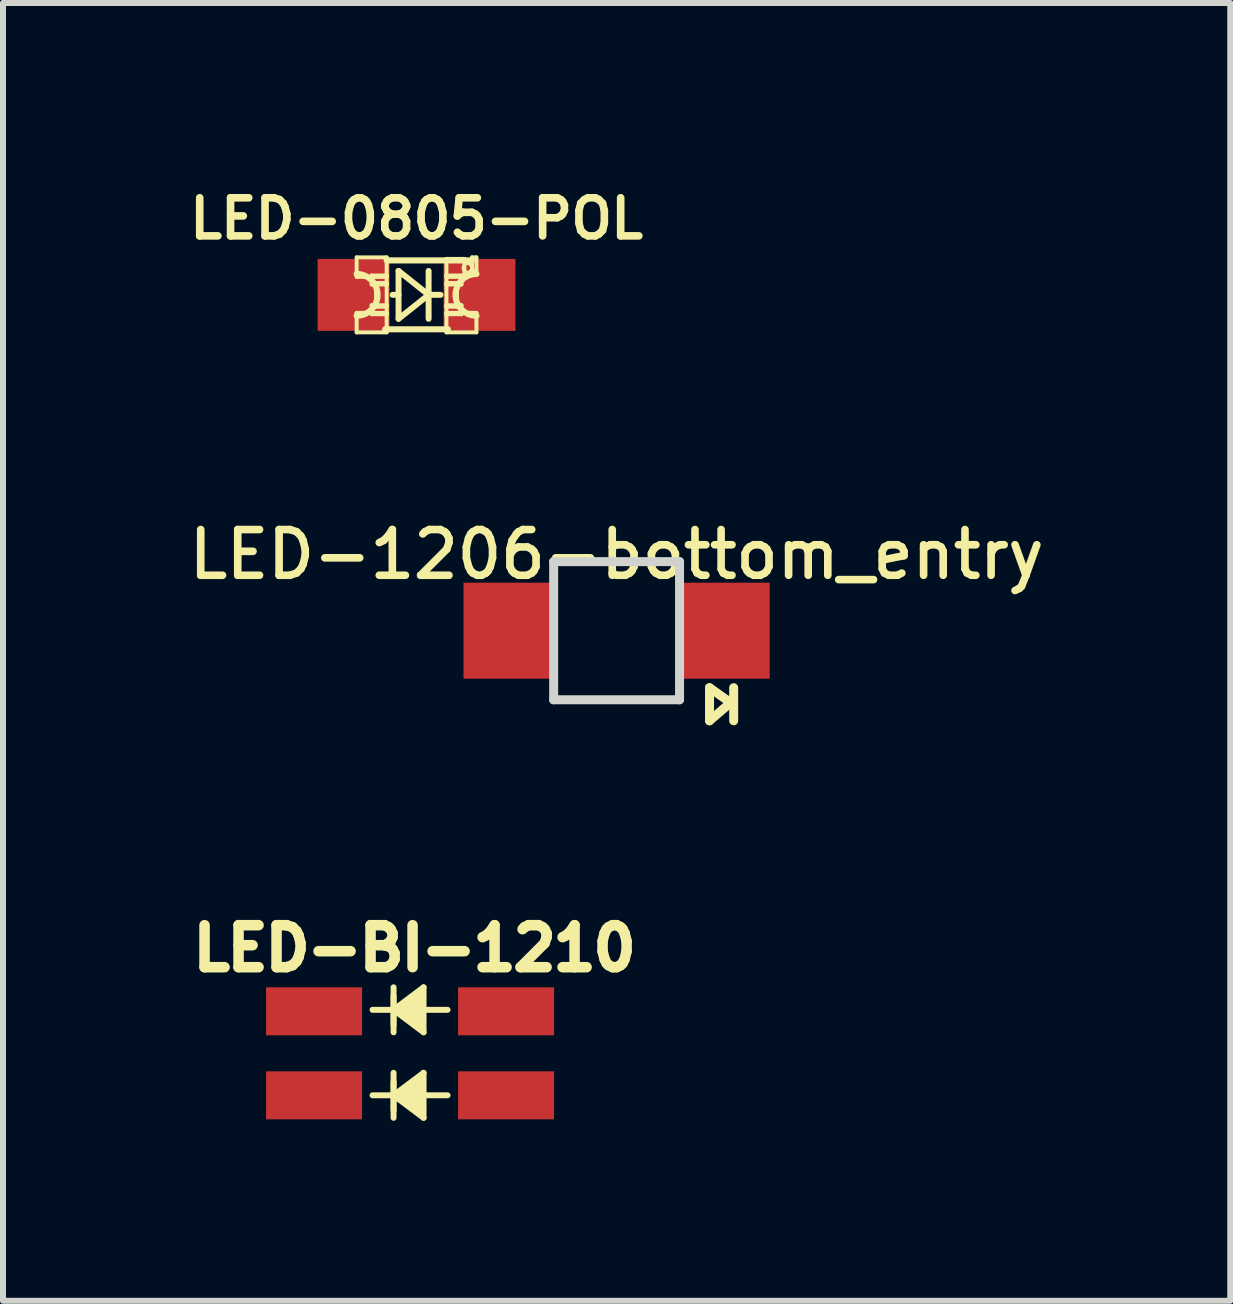
<source format=kicad_pcb>
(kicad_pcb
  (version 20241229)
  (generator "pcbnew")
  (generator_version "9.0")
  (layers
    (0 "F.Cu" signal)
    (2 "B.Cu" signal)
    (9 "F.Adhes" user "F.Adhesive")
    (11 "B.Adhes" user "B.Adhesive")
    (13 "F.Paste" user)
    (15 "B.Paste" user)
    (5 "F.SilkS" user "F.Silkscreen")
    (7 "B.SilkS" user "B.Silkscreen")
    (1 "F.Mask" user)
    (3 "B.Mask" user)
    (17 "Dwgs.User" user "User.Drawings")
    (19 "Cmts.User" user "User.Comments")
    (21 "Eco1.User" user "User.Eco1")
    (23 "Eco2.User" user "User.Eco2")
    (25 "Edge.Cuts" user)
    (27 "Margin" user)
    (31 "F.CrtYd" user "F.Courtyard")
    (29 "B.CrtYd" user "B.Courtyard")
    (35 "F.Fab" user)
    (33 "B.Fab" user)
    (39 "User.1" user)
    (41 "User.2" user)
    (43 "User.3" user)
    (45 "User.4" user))
  (footprint "LED-1206-bottom_entry"
    (layer "F.Cu")
    (at 7.226 7.461)
    (property "Reference" "LED-1206-bottom_entry" (at 0 -1.27 0) (layer "F.SilkS") (effects (font (size 0.762 0.762) (thickness 0.127))))
    (attr smd)
    (fp_line (start 1.549 0.95) (end 1.549 1.501) (stroke (width 0.15) (type solid)) (layer "F.SilkS"))
    (fp_line (start 1.549 1.501) (end 1.9 1.199) (stroke (width 0.15) (type solid)) (layer "F.SilkS"))
    (fp_line (start 1.9 1.199) (end 1.549 0.95) (stroke (width 0.15) (type solid)) (layer "F.SilkS"))
    (fp_line (start 1.951 1.501) (end 1.951 0.95) (stroke (width 0.15) (type solid)) (layer "F.SilkS"))
    (fp_line (start -1.049 -1.151) (end 1.049 -1.151) (stroke (width 0.15) (type solid)) (layer "Edge.Cuts"))
    (fp_line (start -1.049 1.151) (end -1.049 -1.151) (stroke (width 0.15) (type solid)) (layer "Edge.Cuts"))
    (fp_line (start 1.049 -1.151) (end 1.049 1.151) (stroke (width 0.15) (type solid)) (layer "Edge.Cuts"))
    (fp_line (start 1.049 1.151) (end -1.049 1.151) (stroke (width 0.15) (type solid)) (layer "Edge.Cuts"))
    (pad "1" smd rect (at -1.801 0) (size 1.501 1.6) (layers "F.Cu" "F.Mask" "F.Paste"))
    (pad "2" smd rect (at 1.801 0) (size 1.501 1.6) (layers "F.Cu" "F.Mask" "F.Paste")))
  (footprint "LED-0805-POL"
    (layer "F.Cu")
    (at 3.892 1.864)
    (property "Reference" "LED-0805-POL" (at 0 -1.27 0) (layer "F.SilkS") (effects (font (size 0.635 0.635) (thickness 0.127))))
    (attr smd)
    (fp_line (start -0.998 -0.625) (end -0.998 -0.3) (stroke (width 0.066) (type solid)) (layer "F.SilkS"))
    (fp_line (start -0.998 -0.625) (end -0.498 -0.625) (stroke (width 0.066) (type solid)) (layer "F.SilkS"))
    (fp_line (start -0.998 -0.3) (end -0.498 -0.3) (stroke (width 0.066) (type solid)) (layer "F.SilkS"))
    (fp_line (start -0.998 0.3) (end -0.998 0.625) (stroke (width 0.066) (type solid)) (layer "F.SilkS"))
    (fp_line (start -0.998 0.3) (end -0.498 0.3) (stroke (width 0.066) (type solid)) (layer "F.SilkS"))
    (fp_line (start -0.998 0.625) (end -0.498 0.625) (stroke (width 0.066) (type solid)) (layer "F.SilkS"))
    (fp_line (start -0.749 -0.323) (end -0.749 -0.173) (stroke (width 0.066) (type solid)) (layer "F.SilkS"))
    (fp_line (start -0.749 -0.323) (end -0.498 -0.323) (stroke (width 0.066) (type solid)) (layer "F.SilkS"))
    (fp_line (start -0.749 -0.173) (end -0.498 -0.173) (stroke (width 0.066) (type solid)) (layer "F.SilkS"))
    (fp_line (start -0.749 0.173) (end -0.749 0.323) (stroke (width 0.066) (type solid)) (layer "F.SilkS"))
    (fp_line (start -0.749 0.173) (end -0.498 0.173) (stroke (width 0.066) (type solid)) (layer "F.SilkS"))
    (fp_line (start -0.749 0.323) (end -0.498 0.323) (stroke (width 0.066) (type solid)) (layer "F.SilkS"))
    (fp_line (start -0.673 -0.198) (end -0.673 0.198) (stroke (width 0.066) (type solid)) (layer "F.SilkS"))
    (fp_line (start -0.673 -0.198) (end -0.498 -0.198) (stroke (width 0.066) (type solid)) (layer "F.SilkS"))
    (fp_line (start -0.673 0.198) (end -0.498 0.198) (stroke (width 0.066) (type solid)) (layer "F.SilkS"))
    (fp_line (start -0.498 -0.625) (end -0.498 -0.3) (stroke (width 0.066) (type solid)) (layer "F.SilkS"))
    (fp_line (start -0.498 -0.574) (end 0.925 -0.574) (stroke (width 0.102) (type solid)) (layer "F.SilkS"))
    (fp_line (start -0.498 -0.323) (end -0.498 -0.173) (stroke (width 0.066) (type solid)) (layer "F.SilkS"))
    (fp_line (start -0.498 -0.198) (end -0.498 0.198) (stroke (width 0.066) (type solid)) (layer "F.SilkS"))
    (fp_line (start -0.498 0.173) (end -0.498 0.323) (stroke (width 0.066) (type solid)) (layer "F.SilkS"))
    (fp_line (start -0.498 0.3) (end -0.498 0.625) (stroke (width 0.066) (type solid)) (layer "F.SilkS"))
    (fp_line (start -0.3 -0.399) (end 0.201 0) (stroke (width 0.099) (type solid)) (layer "F.SilkS"))
    (fp_line (start -0.3 0) (end -0.399 0) (stroke (width 0.099) (type solid)) (layer "F.SilkS"))
    (fp_line (start -0.3 0.399) (end -0.3 -0.399) (stroke (width 0.099) (type solid)) (layer "F.SilkS"))
    (fp_line (start -0.3 0.399) (end 0.201 0) (stroke (width 0.099) (type solid)) (layer "F.SilkS"))
    (fp_line (start 0.201 0) (end 0.399 0) (stroke (width 0.099) (type solid)) (layer "F.SilkS"))
    (fp_line (start 0.201 0.399) (end 0.201 -0.399) (stroke (width 0.099) (type solid)) (layer "F.SilkS"))
    (fp_line (start 0.498 -0.599) (end 0.498 -0.3) (stroke (width 0.066) (type solid)) (layer "F.SilkS"))
    (fp_line (start 0.498 -0.599) (end 0.798 -0.599) (stroke (width 0.066) (type solid)) (layer "F.SilkS"))
    (fp_line (start 0.498 -0.323) (end 0.498 -0.173) (stroke (width 0.066) (type solid)) (layer "F.SilkS"))
    (fp_line (start 0.498 -0.323) (end 0.749 -0.323) (stroke (width 0.066) (type solid)) (layer "F.SilkS"))
    (fp_line (start 0.498 -0.3) (end 0.798 -0.3) (stroke (width 0.066) (type solid)) (layer "F.SilkS"))
    (fp_line (start 0.498 -0.198) (end 0.498 0.198) (stroke (width 0.066) (type solid)) (layer "F.SilkS"))
    (fp_line (start 0.498 -0.198) (end 0.673 -0.198) (stroke (width 0.066) (type solid)) (layer "F.SilkS"))
    (fp_line (start 0.498 -0.173) (end 0.749 -0.173) (stroke (width 0.066) (type solid)) (layer "F.SilkS"))
    (fp_line (start 0.498 0.173) (end 0.498 0.323) (stroke (width 0.066) (type solid)) (layer "F.SilkS"))
    (fp_line (start 0.498 0.173) (end 0.749 0.173) (stroke (width 0.066) (type solid)) (layer "F.SilkS"))
    (fp_line (start 0.498 0.198) (end 0.673 0.198) (stroke (width 0.066) (type solid)) (layer "F.SilkS"))
    (fp_line (start 0.498 0.3) (end 0.498 0.625) (stroke (width 0.066) (type solid)) (layer "F.SilkS"))
    (fp_line (start 0.498 0.3) (end 0.998 0.3) (stroke (width 0.066) (type solid)) (layer "F.SilkS"))
    (fp_line (start 0.498 0.323) (end 0.749 0.323) (stroke (width 0.066) (type solid)) (layer "F.SilkS"))
    (fp_line (start 0.498 0.625) (end 0.998 0.625) (stroke (width 0.066) (type solid)) (layer "F.SilkS"))
    (fp_line (start 0.523 0.574) (end -0.523 0.574) (stroke (width 0.102) (type solid)) (layer "F.SilkS"))
    (fp_line (start 0.673 -0.198) (end 0.673 0.198) (stroke (width 0.066) (type solid)) (layer "F.SilkS"))
    (fp_line (start 0.749 -0.323) (end 0.749 -0.173) (stroke (width 0.066) (type solid)) (layer "F.SilkS"))
    (fp_line (start 0.749 0.173) (end 0.749 0.323) (stroke (width 0.066) (type solid)) (layer "F.SilkS"))
    (fp_line (start 0.798 -0.599) (end 0.798 -0.3) (stroke (width 0.066) (type solid)) (layer "F.SilkS"))
    (fp_line (start 0.925 -0.625) (end 0.925 -0.399) (stroke (width 0.066) (type solid)) (layer "F.SilkS"))
    (fp_line (start 0.925 -0.625) (end 0.998 -0.625) (stroke (width 0.066) (type solid)) (layer "F.SilkS"))
    (fp_line (start 0.925 -0.399) (end 0.998 -0.399) (stroke (width 0.066) (type solid)) (layer "F.SilkS"))
    (fp_line (start 0.998 -0.625) (end 0.998 -0.399) (stroke (width 0.066) (type solid)) (layer "F.SilkS"))
    (fp_line (start 0.998 0.3) (end 0.998 0.625) (stroke (width 0.066) (type solid)) (layer "F.SilkS"))
    (fp_arc (start -0.99822 -0.34798) (mid -0.65024 0) (end -0.99822 0.34798) (stroke (width 0.1016) (type solid)) (layer "F.SilkS"))
    (fp_arc (start 0.99822 0.34798) (mid 0.65024 0) (end 0.99822 -0.34798) (stroke (width 0.1016) (type solid)) (layer "F.SilkS"))
    (fp_circle (center 0.848 -0.45) (end 0.899 -0.5) (stroke (width 0.051) (type solid)) (fill no) (layer "F.SilkS"))
    (pad "1" smd rect (at -1.049 0) (size 1.199 1.199) (layers "F.Cu" "F.Mask" "F.Paste"))
    (pad "2" smd rect (at 1.049 0) (size 1.199 1.199) (layers "F.Cu" "F.Mask" "F.Paste")))
  (footprint "LED-BI-1210"
    (layer "F.Cu")
    (at 3.784 14.504)
    (property "Reference" "LED-BI-1210" (at 0.075 -1.75 0) (layer "F.SilkS") (effects (font (size 0.7 0.7) (thickness 0.175))))
    (attr through_hole)
    (fp_line (start -0.625 -0.725) (end 0.625 -0.725) (stroke (width 0.099) (type solid)) (layer "F.SilkS"))
    (fp_line (start -0.625 0.7) (end 0.625 0.7) (stroke (width 0.099) (type solid)) (layer "F.SilkS"))
    (fp_line (start -0.275 -1.1) (end -0.275 -0.35) (stroke (width 0.099) (type solid)) (layer "F.SilkS"))
    (fp_line (start -0.275 -0.95) (end -0.275 -0.475) (stroke (width 0.099) (type solid)) (layer "F.SilkS"))
    (fp_line (start -0.275 -0.725) (end 0.225 -1.1) (stroke (width 0.099) (type solid)) (layer "F.SilkS"))
    (fp_line (start -0.275 0.325) (end -0.275 1.075) (stroke (width 0.099) (type solid)) (layer "F.SilkS"))
    (fp_line (start -0.275 0.475) (end -0.275 0.95) (stroke (width 0.099) (type solid)) (layer "F.SilkS"))
    (fp_line (start -0.275 0.7) (end 0.225 0.325) (stroke (width 0.099) (type solid)) (layer "F.SilkS"))
    (fp_line (start -0.15 -0.65) (end 0.15 -0.65) (stroke (width 0.099) (type solid)) (layer "F.SilkS"))
    (fp_line (start -0.15 0.775) (end 0.15 0.775) (stroke (width 0.099) (type solid)) (layer "F.SilkS"))
    (fp_line (start -0.1 -0.775) (end 0.175 -0.775) (stroke (width 0.099) (type solid)) (layer "F.SilkS"))
    (fp_line (start -0.1 0.65) (end 0.175 0.65) (stroke (width 0.099) (type solid)) (layer "F.SilkS"))
    (fp_line (start -0.075 -0.825) (end 0.15 -0.825) (stroke (width 0.099) (type solid)) (layer "F.SilkS"))
    (fp_line (start -0.075 0.6) (end 0.15 0.6) (stroke (width 0.099) (type solid)) (layer "F.SilkS"))
    (fp_line (start 0 -0.6) (end 0.1 -0.575) (stroke (width 0.099) (type solid)) (layer "F.SilkS"))
    (fp_line (start 0 0.825) (end 0.1 0.85) (stroke (width 0.099) (type solid)) (layer "F.SilkS"))
    (fp_line (start 0.15 -0.975) (end -0.1 -0.775) (stroke (width 0.099) (type solid)) (layer "F.SilkS"))
    (fp_line (start 0.15 -0.825) (end 0.15 -0.975) (stroke (width 0.099) (type solid)) (layer "F.SilkS"))
    (fp_line (start 0.15 -0.65) (end 0.15 -0.475) (stroke (width 0.099) (type solid)) (layer "F.SilkS"))
    (fp_line (start 0.15 -0.475) (end 0 -0.6) (stroke (width 0.099) (type solid)) (layer "F.SilkS"))
    (fp_line (start 0.15 0.45) (end -0.1 0.65) (stroke (width 0.099) (type solid)) (layer "F.SilkS"))
    (fp_line (start 0.15 0.6) (end 0.15 0.45) (stroke (width 0.099) (type solid)) (layer "F.SilkS"))
    (fp_line (start 0.15 0.775) (end 0.15 0.95) (stroke (width 0.099) (type solid)) (layer "F.SilkS"))
    (fp_line (start 0.15 0.95) (end 0 0.825) (stroke (width 0.099) (type solid)) (layer "F.SilkS"))
    (fp_line (start 0.225 -1.1) (end 0.225 -0.35) (stroke (width 0.099) (type solid)) (layer "F.SilkS"))
    (fp_line (start 0.225 -0.35) (end -0.275 -0.725) (stroke (width 0.099) (type solid)) (layer "F.SilkS"))
    (fp_line (start 0.225 0.325) (end 0.225 1.075) (stroke (width 0.099) (type solid)) (layer "F.SilkS"))
    (fp_line (start 0.225 1.075) (end -0.275 0.7) (stroke (width 0.099) (type solid)) (layer "F.SilkS"))
    (pad "1" smd rect (at 1.6 -0.7) (size 1.6 0.8) (layers "F.Cu" "F.Mask" "F.Paste"))
    (pad "2" smd rect (at -1.6 -0.7) (size 1.6 0.8) (layers "F.Cu" "F.Mask" "F.Paste"))
    (pad "3" smd rect (at 1.6 0.7) (size 1.6 0.8) (layers "F.Cu" "F.Mask" "F.Paste"))
    (pad "4" smd rect (at -1.6 0.7) (size 1.6 0.8) (layers "F.Cu" "F.Mask" "F.Paste")))
  (gr_rect
    (start -3 -3)
    (end 17.453 18.628)
    (stroke (width 0.1) (type default))
    (fill no)
    (layer "Edge.Cuts")))
</source>
